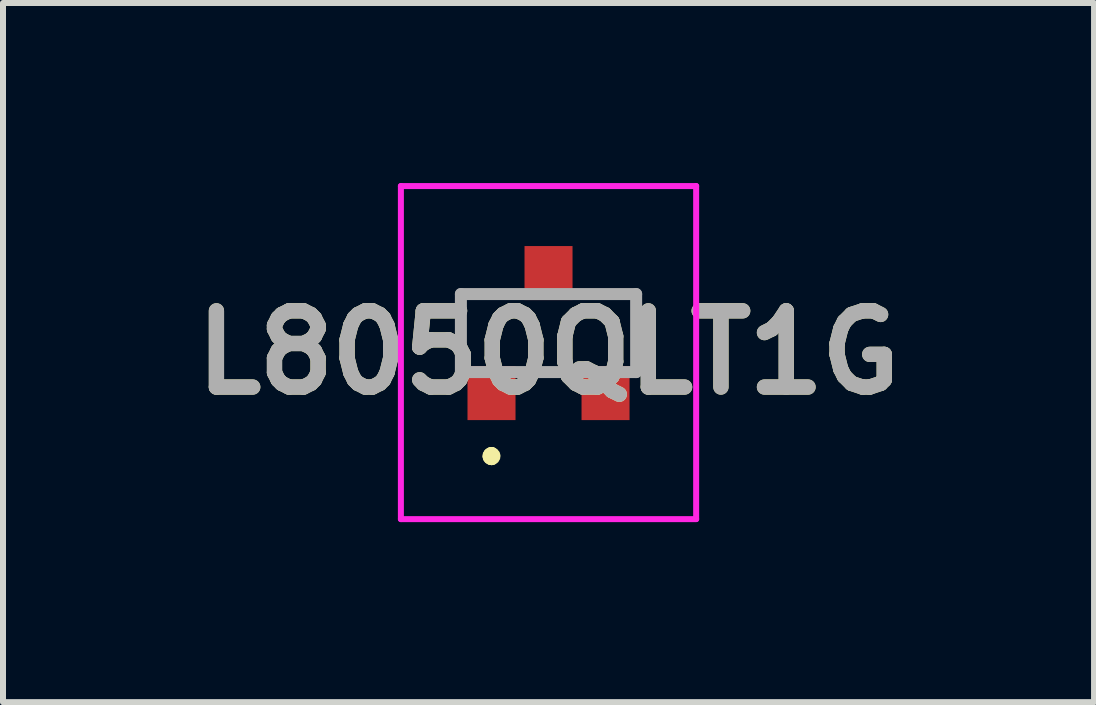
<source format=kicad_pcb>
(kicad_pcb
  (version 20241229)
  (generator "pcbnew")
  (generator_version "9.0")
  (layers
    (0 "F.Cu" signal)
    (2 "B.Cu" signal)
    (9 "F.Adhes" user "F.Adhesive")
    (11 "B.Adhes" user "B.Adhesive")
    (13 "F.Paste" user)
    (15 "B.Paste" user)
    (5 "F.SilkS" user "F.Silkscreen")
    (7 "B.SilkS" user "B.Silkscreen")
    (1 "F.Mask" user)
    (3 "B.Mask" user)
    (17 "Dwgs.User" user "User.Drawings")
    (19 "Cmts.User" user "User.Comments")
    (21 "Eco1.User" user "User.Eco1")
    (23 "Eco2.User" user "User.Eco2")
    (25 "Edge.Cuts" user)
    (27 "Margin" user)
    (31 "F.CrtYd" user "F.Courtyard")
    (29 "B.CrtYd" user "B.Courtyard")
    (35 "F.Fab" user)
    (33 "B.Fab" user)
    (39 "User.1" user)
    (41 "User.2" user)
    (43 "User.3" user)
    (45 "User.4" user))
  (footprint "L8050QLT1G"
    (layer "F.Cu")
    (at 6.09 2.5)
    (property "Reference" "L8050QLT1G" (at 0 0.325 0) (layer "F.SilkS") (effects (font (size 1.27 1.27) (thickness 0.254))))
    (attr smd)
    (fp_line (start -0.95 2) (end -0.95 2) (stroke (width 0.2) (type solid)) (layer "F.SilkS"))
    (fp_line (start -0.95 2) (end -0.95 2) (stroke (width 0.2) (type solid)) (layer "F.SilkS"))
    (fp_line (start -0.95 2.1) (end -0.95 2.1) (stroke (width 0.2) (type solid)) (layer "F.SilkS"))
    (fp_arc (start -0.95 2) (mid -0.9 2.05) (end -0.95 2.1) (stroke (width 0.2) (type solid)) (layer "F.SilkS"))
    (fp_arc (start -0.95 2.1) (mid -1 2.05) (end -0.95 2) (stroke (width 0.2) (type solid)) (layer "F.SilkS"))
    (fp_arc (start -0.95 2.1) (mid -1 2.05) (end -0.95 2) (stroke (width 0.2) (type solid)) (layer "F.SilkS"))
    (fp_line (start -2.46 -2.45) (end 2.46 -2.45) (stroke (width 0.1) (type solid)) (layer "F.CrtYd"))
    (fp_line (start -2.46 3.1) (end -2.46 -2.45) (stroke (width 0.1) (type solid)) (layer "F.CrtYd"))
    (fp_line (start 2.46 -2.45) (end 2.46 3.1) (stroke (width 0.1) (type solid)) (layer "F.CrtYd"))
    (fp_line (start 2.46 3.1) (end -2.46 3.1) (stroke (width 0.1) (type solid)) (layer "F.CrtYd"))
    (fp_line (start -1.46 -0.65) (end -1.46 0.65) (stroke (width 0.2) (type solid)) (layer "F.Fab"))
    (fp_line (start -1.46 0.65) (end 1.46 0.65) (stroke (width 0.2) (type solid)) (layer "F.Fab"))
    (fp_line (start 1.46 -0.65) (end -1.46 -0.65) (stroke (width 0.2) (type solid)) (layer "F.Fab"))
    (fp_line (start 1.46 0.65) (end 1.46 -0.65) (stroke (width 0.2) (type solid)) (layer "F.Fab"))
    (fp_text user "${REFERENCE}" (at 0 0.325 0) (layer "F.Fab") (effects (font (size 1.27 1.27) (thickness 0.254))))
    (pad "1" smd rect (at -0.95 1) (size 0.8 0.9) (layers "F.Cu" "F.Mask" "F.Paste"))
    (pad "2" smd rect (at 0.95 1) (size 0.8 0.9) (layers "F.Cu" "F.Mask" "F.Paste"))
    (pad "3" smd rect (at 0 -1) (size 0.8 0.9) (layers "F.Cu" "F.Mask" "F.Paste")))
  (gr_rect
    (start -3 -3)
    (end 15.18 8.65)
    (stroke (width 0.1) (type default))
    (fill no)
    (layer "Edge.Cuts")))
</source>
